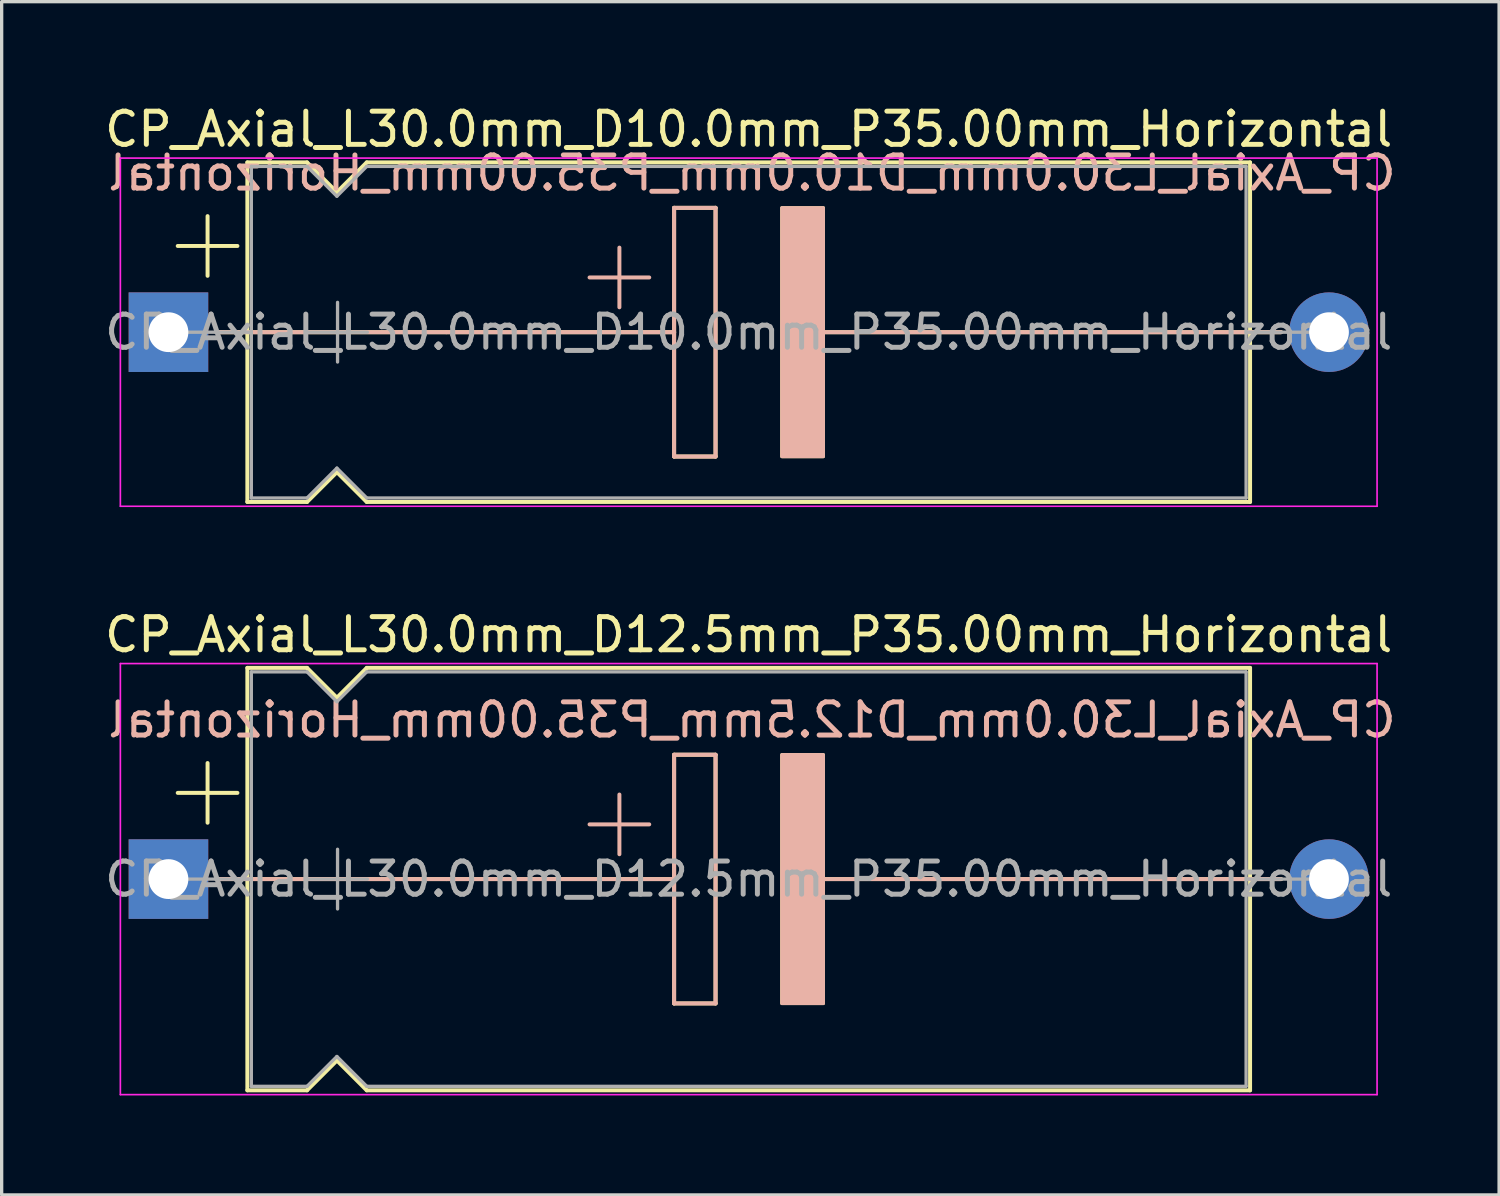
<source format=kicad_pcb>
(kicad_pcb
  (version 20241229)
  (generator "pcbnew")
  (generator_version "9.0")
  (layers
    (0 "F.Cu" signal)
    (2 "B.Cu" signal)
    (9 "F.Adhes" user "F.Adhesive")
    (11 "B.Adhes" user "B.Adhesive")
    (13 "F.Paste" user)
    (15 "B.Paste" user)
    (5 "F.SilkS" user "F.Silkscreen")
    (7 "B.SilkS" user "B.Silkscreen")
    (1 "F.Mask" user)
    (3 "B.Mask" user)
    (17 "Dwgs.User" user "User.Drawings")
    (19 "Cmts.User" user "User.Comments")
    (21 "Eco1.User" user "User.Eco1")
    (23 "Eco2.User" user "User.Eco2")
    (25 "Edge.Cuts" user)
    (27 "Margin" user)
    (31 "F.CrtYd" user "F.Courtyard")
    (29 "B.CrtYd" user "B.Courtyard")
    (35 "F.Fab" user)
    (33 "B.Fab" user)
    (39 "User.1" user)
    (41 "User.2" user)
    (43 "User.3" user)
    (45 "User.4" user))
  (footprint "CP_Axial_L30.0mm_D12.5mm_P35.00mm_Horizontal"
    (layer "F.Cu")
    (at 2.03 23.462)
    (property "Reference" "CP_Axial_L30.0mm_D12.5mm_P35.00mm_Horizontal" (at 17.5 -7.37 0) (layer "F.SilkS") (effects (font (size 1 1) (thickness 0.15))))
    (fp_line (start 0.28 -2.6) (end 2.08 -2.6) (stroke (width 0.12) (type solid)) (layer "F.SilkS"))
    (fp_line (start 1.18 -3.5) (end 1.18 -1.7) (stroke (width 0.12) (type solid)) (layer "F.SilkS"))
    (fp_line (start 1.44 0) (end 2.38 0) (stroke (width 0.12) (type solid)) (layer "F.SilkS"))
    (fp_line (start 2.38 -6.37) (end 2.38 6.37) (stroke (width 0.12) (type solid)) (layer "F.SilkS"))
    (fp_line (start 2.38 -6.37) (end 4.18 -6.37) (stroke (width 0.12) (type solid)) (layer "F.SilkS"))
    (fp_line (start 2.38 0) (end 15.25 0) (stroke (width 0.12) (type solid)) (layer "F.SilkS"))
    (fp_line (start 2.38 6.37) (end 4.18 6.37) (stroke (width 0.12) (type solid)) (layer "F.SilkS"))
    (fp_line (start 4.18 -6.37) (end 5.08 -5.47) (stroke (width 0.12) (type solid)) (layer "F.SilkS"))
    (fp_line (start 4.18 6.37) (end 5.08 5.47) (stroke (width 0.12) (type solid)) (layer "F.SilkS"))
    (fp_line (start 5.08 -5.47) (end 5.98 -6.37) (stroke (width 0.12) (type solid)) (layer "F.SilkS"))
    (fp_line (start 5.08 5.47) (end 5.98 6.37) (stroke (width 0.12) (type solid)) (layer "F.SilkS"))
    (fp_line (start 5.98 -6.37) (end 32.62 -6.37) (stroke (width 0.12) (type solid)) (layer "F.SilkS"))
    (fp_line (start 5.98 6.37) (end 32.62 6.37) (stroke (width 0.12) (type solid)) (layer "F.SilkS"))
    (fp_line (start 15.25 -3.75) (end 16.5 -3.75) (stroke (width 0.12) (type solid)) (layer "F.SilkS"))
    (fp_line (start 15.25 0) (end 15.25 -3.75) (stroke (width 0.12) (type solid)) (layer "F.SilkS"))
    (fp_line (start 15.25 3.75) (end 15.25 0) (stroke (width 0.12) (type solid)) (layer "F.SilkS"))
    (fp_line (start 16.5 -3.75) (end 16.5 3.75) (stroke (width 0.12) (type solid)) (layer "F.SilkS"))
    (fp_line (start 16.5 3.75) (end 15.25 3.75) (stroke (width 0.12) (type solid)) (layer "F.SilkS"))
    (fp_line (start 19.75 0) (end 32.62 0) (stroke (width 0.12) (type solid)) (layer "F.SilkS"))
    (fp_line (start 32.62 -6.37) (end 32.62 6.37) (stroke (width 0.12) (type solid)) (layer "F.SilkS"))
    (fp_line (start 33.56 0) (end 32.62 0) (stroke (width 0.12) (type solid)) (layer "F.SilkS"))
    (fp_poly (pts (xy 19.75 3.75) (xy 18.5 3.75) (xy 18.5 -3.75) (xy 19.75 -3.75)) (stroke (width 0.1) (type solid)) (fill yes) (layer "F.SilkS"))
    (fp_line (start 1.45 0) (end 8.38 0) (stroke (width 0.12) (type solid)) (layer "B.SilkS"))
    (fp_line (start 8.38 0) (end 15.25 0) (stroke (width 0.12) (type solid)) (layer "B.SilkS"))
    (fp_line (start 13.6 -2.55) (end 13.6 -0.75) (stroke (width 0.12) (type solid)) (layer "B.SilkS"))
    (fp_line (start 14.5 -1.65) (end 12.7 -1.65) (stroke (width 0.12) (type solid)) (layer "B.SilkS"))
    (fp_line (start 15.25 -3.75) (end 16.5 -3.75) (stroke (width 0.12) (type solid)) (layer "B.SilkS"))
    (fp_line (start 15.25 0) (end 15.25 -3.75) (stroke (width 0.12) (type solid)) (layer "B.SilkS"))
    (fp_line (start 15.25 3.75) (end 15.25 0) (stroke (width 0.12) (type solid)) (layer "B.SilkS"))
    (fp_line (start 16.5 -3.75) (end 16.5 3.75) (stroke (width 0.12) (type solid)) (layer "B.SilkS"))
    (fp_line (start 16.5 3.75) (end 15.25 3.75) (stroke (width 0.12) (type solid)) (layer "B.SilkS"))
    (fp_line (start 19.75 0) (end 26.62 0) (stroke (width 0.12) (type solid)) (layer "B.SilkS"))
    (fp_line (start 33.55 0) (end 26.62 0) (stroke (width 0.12) (type solid)) (layer "B.SilkS"))
    (fp_poly (pts (xy 19.75 3.75) (xy 18.5 3.75) (xy 18.5 -3.75) (xy 19.75 -3.75)) (stroke (width 0.1) (type solid)) (fill yes) (layer "B.SilkS"))
    (fp_line (start -1.45 -6.5) (end -1.45 6.5) (stroke (width 0.05) (type solid)) (layer "F.CrtYd"))
    (fp_line (start -1.45 6.5) (end 36.45 6.5) (stroke (width 0.05) (type solid)) (layer "F.CrtYd"))
    (fp_line (start 36.45 -6.5) (end -1.45 -6.5) (stroke (width 0.05) (type solid)) (layer "F.CrtYd"))
    (fp_line (start 36.45 6.5) (end 36.45 -6.5) (stroke (width 0.05) (type solid)) (layer "F.CrtYd"))
    (fp_line (start 0 0) (end 2.5 0) (stroke (width 0.1) (type solid)) (layer "F.Fab"))
    (fp_line (start 2.5 -6.25) (end 2.5 6.25) (stroke (width 0.1) (type solid)) (layer "F.Fab"))
    (fp_line (start 2.5 -6.25) (end 4.18 -6.25) (stroke (width 0.1) (type solid)) (layer "F.Fab"))
    (fp_line (start 2.5 6.25) (end 4.18 6.25) (stroke (width 0.1) (type solid)) (layer "F.Fab"))
    (fp_line (start 4.18 -6.25) (end 5.08 -5.35) (stroke (width 0.1) (type solid)) (layer "F.Fab"))
    (fp_line (start 4.18 6.25) (end 5.08 5.35) (stroke (width 0.1) (type solid)) (layer "F.Fab"))
    (fp_line (start 4.2 0) (end 6 0) (stroke (width 0.1) (type solid)) (layer "F.Fab"))
    (fp_line (start 5.08 -5.35) (end 5.98 -6.25) (stroke (width 0.1) (type solid)) (layer "F.Fab"))
    (fp_line (start 5.08 5.35) (end 5.98 6.25) (stroke (width 0.1) (type solid)) (layer "F.Fab"))
    (fp_line (start 5.1 -0.9) (end 5.1 0.9) (stroke (width 0.1) (type solid)) (layer "F.Fab"))
    (fp_line (start 5.98 -6.25) (end 32.5 -6.25) (stroke (width 0.1) (type solid)) (layer "F.Fab"))
    (fp_line (start 5.98 6.25) (end 32.5 6.25) (stroke (width 0.1) (type solid)) (layer "F.Fab"))
    (fp_line (start 32.5 -6.25) (end 32.5 6.25) (stroke (width 0.1) (type solid)) (layer "F.Fab"))
    (fp_line (start 35 0) (end 32.5 0) (stroke (width 0.1) (type solid)) (layer "F.Fab"))
    (fp_text user "${REFERENCE}" (at 17.6 -4.8 0) (layer "B.SilkS") (effects (font (size 1 1) (thickness 0.15)) (justify mirror)))
    (fp_text user "${REFERENCE}" (at 17.5 0 0) (layer "F.Fab") (effects (font (size 1 1) (thickness 0.15))))
    (pad "1" thru_hole rect (at 0 0) (size 2.4 2.4) (drill 1.2) (layers "*.Cu" "*.Mask"))
    (pad "2" thru_hole oval (at 35 0) (size 2.4 2.4) (drill 1.2) (layers "*.Cu" "*.Mask")))
  (footprint "CP_Axial_L30.0mm_D10.0mm_P35.00mm_Horizontal"
    (layer "F.Cu")
    (at 2.03 6.968)
    (property "Reference" "CP_Axial_L30.0mm_D10.0mm_P35.00mm_Horizontal" (at 17.5 -6.12 0) (layer "F.SilkS") (effects (font (size 1 1) (thickness 0.15))))
    (fp_line (start 0.28 -2.6) (end 2.08 -2.6) (stroke (width 0.12) (type solid)) (layer "F.SilkS"))
    (fp_line (start 1.18 -3.5) (end 1.18 -1.7) (stroke (width 0.12) (type solid)) (layer "F.SilkS"))
    (fp_line (start 1.44 0) (end 2.38 0) (stroke (width 0.12) (type solid)) (layer "F.SilkS"))
    (fp_line (start 2.38 -5.12) (end 2.38 5.12) (stroke (width 0.12) (type solid)) (layer "F.SilkS"))
    (fp_line (start 2.38 -5.12) (end 4.18 -5.12) (stroke (width 0.12) (type solid)) (layer "F.SilkS"))
    (fp_line (start 2.38 0) (end 15.25 0) (stroke (width 0.12) (type solid)) (layer "F.SilkS"))
    (fp_line (start 2.38 5.12) (end 4.18 5.12) (stroke (width 0.12) (type solid)) (layer "F.SilkS"))
    (fp_line (start 4.18 -5.12) (end 5.08 -4.22) (stroke (width 0.12) (type solid)) (layer "F.SilkS"))
    (fp_line (start 4.18 5.12) (end 5.08 4.22) (stroke (width 0.12) (type solid)) (layer "F.SilkS"))
    (fp_line (start 5.08 -4.22) (end 5.98 -5.12) (stroke (width 0.12) (type solid)) (layer "F.SilkS"))
    (fp_line (start 5.08 4.22) (end 5.98 5.12) (stroke (width 0.12) (type solid)) (layer "F.SilkS"))
    (fp_line (start 5.98 -5.12) (end 32.62 -5.12) (stroke (width 0.12) (type solid)) (layer "F.SilkS"))
    (fp_line (start 5.98 5.12) (end 32.62 5.12) (stroke (width 0.12) (type solid)) (layer "F.SilkS"))
    (fp_line (start 15.25 -3.75) (end 16.5 -3.75) (stroke (width 0.12) (type solid)) (layer "F.SilkS"))
    (fp_line (start 15.25 0) (end 15.25 -3.75) (stroke (width 0.12) (type solid)) (layer "F.SilkS"))
    (fp_line (start 15.25 3.75) (end 15.25 0) (stroke (width 0.12) (type solid)) (layer "F.SilkS"))
    (fp_line (start 16.5 -3.75) (end 16.5 3.75) (stroke (width 0.12) (type solid)) (layer "F.SilkS"))
    (fp_line (start 16.5 3.75) (end 15.25 3.75) (stroke (width 0.12) (type solid)) (layer "F.SilkS"))
    (fp_line (start 19.75 0) (end 32.62 0) (stroke (width 0.12) (type solid)) (layer "F.SilkS"))
    (fp_line (start 32.62 -5.12) (end 32.62 5.12) (stroke (width 0.12) (type solid)) (layer "F.SilkS"))
    (fp_line (start 33.56 0) (end 32.62 0) (stroke (width 0.12) (type solid)) (layer "F.SilkS"))
    (fp_poly (pts (xy 19.75 3.75) (xy 18.5 3.75) (xy 18.5 -3.75) (xy 19.75 -3.75)) (stroke (width 0.1) (type solid)) (fill yes) (layer "F.SilkS"))
    (fp_line (start 1.45 0) (end 8.38 0) (stroke (width 0.12) (type solid)) (layer "B.SilkS"))
    (fp_line (start 8.38 0) (end 15.25 0) (stroke (width 0.12) (type solid)) (layer "B.SilkS"))
    (fp_line (start 13.6 -2.55) (end 13.6 -0.75) (stroke (width 0.12) (type solid)) (layer "B.SilkS"))
    (fp_line (start 14.5 -1.65) (end 12.7 -1.65) (stroke (width 0.12) (type solid)) (layer "B.SilkS"))
    (fp_line (start 15.25 -3.75) (end 16.5 -3.75) (stroke (width 0.12) (type solid)) (layer "B.SilkS"))
    (fp_line (start 15.25 0) (end 15.25 -3.75) (stroke (width 0.12) (type solid)) (layer "B.SilkS"))
    (fp_line (start 15.25 3.75) (end 15.25 0) (stroke (width 0.12) (type solid)) (layer "B.SilkS"))
    (fp_line (start 16.5 -3.75) (end 16.5 3.75) (stroke (width 0.12) (type solid)) (layer "B.SilkS"))
    (fp_line (start 16.5 3.75) (end 15.25 3.75) (stroke (width 0.12) (type solid)) (layer "B.SilkS"))
    (fp_line (start 19.75 0) (end 26.62 0) (stroke (width 0.12) (type solid)) (layer "B.SilkS"))
    (fp_line (start 33.55 0) (end 26.62 0) (stroke (width 0.12) (type solid)) (layer "B.SilkS"))
    (fp_poly (pts (xy 19.75 3.75) (xy 18.5 3.75) (xy 18.5 -3.75) (xy 19.75 -3.75)) (stroke (width 0.1) (type solid)) (fill yes) (layer "B.SilkS"))
    (fp_line (start -1.45 -5.25) (end -1.45 5.25) (stroke (width 0.05) (type solid)) (layer "F.CrtYd"))
    (fp_line (start -1.45 5.25) (end 36.45 5.25) (stroke (width 0.05) (type solid)) (layer "F.CrtYd"))
    (fp_line (start 36.45 -5.25) (end -1.45 -5.25) (stroke (width 0.05) (type solid)) (layer "F.CrtYd"))
    (fp_line (start 36.45 5.25) (end 36.45 -5.25) (stroke (width 0.05) (type solid)) (layer "F.CrtYd"))
    (fp_line (start 0 0) (end 2.5 0) (stroke (width 0.1) (type solid)) (layer "F.Fab"))
    (fp_line (start 2.5 -5) (end 2.5 5) (stroke (width 0.1) (type solid)) (layer "F.Fab"))
    (fp_line (start 2.5 -5) (end 4.18 -5) (stroke (width 0.1) (type solid)) (layer "F.Fab"))
    (fp_line (start 2.5 5) (end 4.18 5) (stroke (width 0.1) (type solid)) (layer "F.Fab"))
    (fp_line (start 4.18 -5) (end 5.08 -4.1) (stroke (width 0.1) (type solid)) (layer "F.Fab"))
    (fp_line (start 4.18 5) (end 5.08 4.1) (stroke (width 0.1) (type solid)) (layer "F.Fab"))
    (fp_line (start 4.2 0) (end 6 0) (stroke (width 0.1) (type solid)) (layer "F.Fab"))
    (fp_line (start 5.08 -4.1) (end 5.98 -5) (stroke (width 0.1) (type solid)) (layer "F.Fab"))
    (fp_line (start 5.08 4.1) (end 5.98 5) (stroke (width 0.1) (type solid)) (layer "F.Fab"))
    (fp_line (start 5.1 -0.9) (end 5.1 0.9) (stroke (width 0.1) (type solid)) (layer "F.Fab"))
    (fp_line (start 5.98 -5) (end 32.5 -5) (stroke (width 0.1) (type solid)) (layer "F.Fab"))
    (fp_line (start 5.98 5) (end 32.5 5) (stroke (width 0.1) (type solid)) (layer "F.Fab"))
    (fp_line (start 32.5 -5) (end 32.5 5) (stroke (width 0.1) (type solid)) (layer "F.Fab"))
    (fp_line (start 35 0) (end 32.5 0) (stroke (width 0.1) (type solid)) (layer "F.Fab"))
    (fp_text user "${REFERENCE}" (at 17.6 -4.8 0) (layer "B.SilkS") (effects (font (size 1 1) (thickness 0.15)) (justify mirror)))
    (fp_text user "${REFERENCE}" (at 17.5 0 0) (layer "F.Fab") (effects (font (size 1 1) (thickness 0.15))))
    (pad "1" thru_hole rect (at 0 0) (size 2.4 2.4) (drill 1.2) (layers "*.Cu" "*.Mask"))
    (pad "2" thru_hole oval (at 35 0) (size 2.4 2.4) (drill 1.2) (layers "*.Cu" "*.Mask")))
  (gr_rect
    (start -3 -3)
    (end 42.16 32.986)
    (stroke (width 0.1) (type default))
    (fill no)
    (layer "Edge.Cuts")))
</source>
